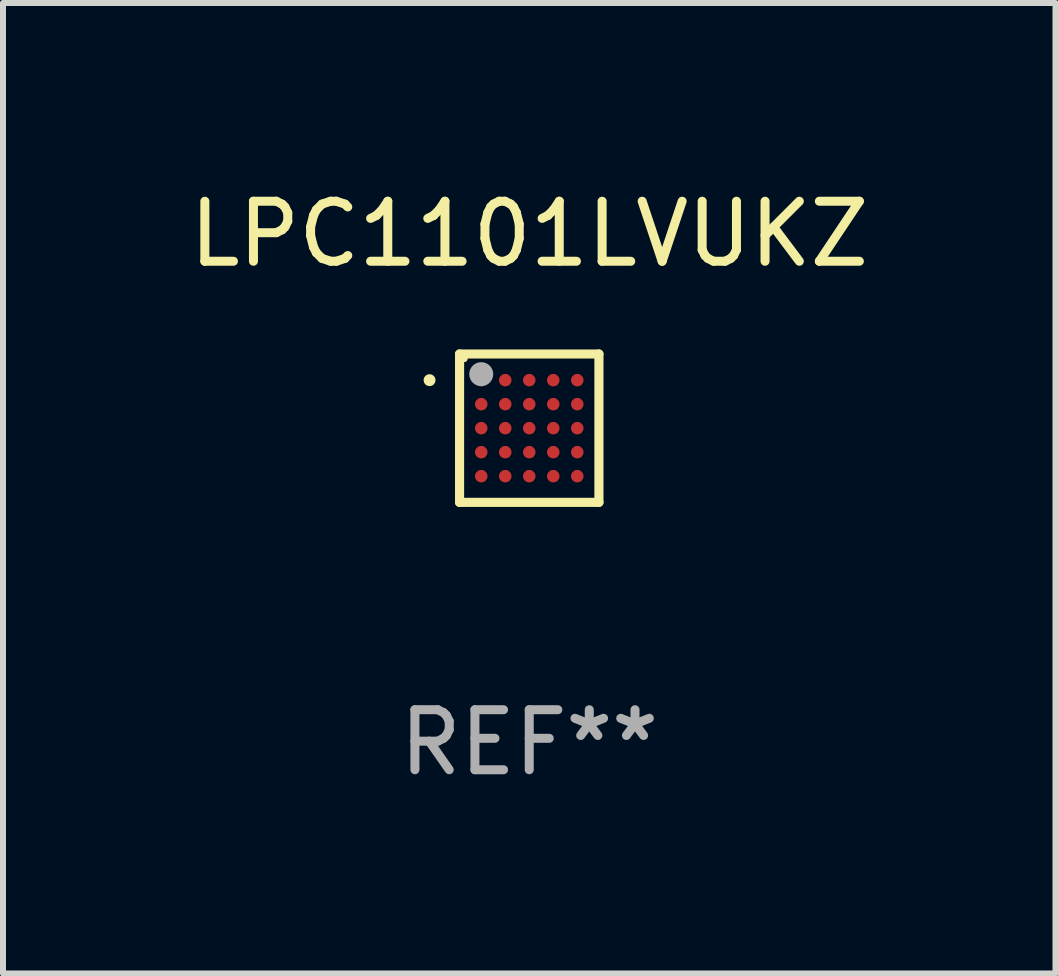
<source format=kicad_pcb>
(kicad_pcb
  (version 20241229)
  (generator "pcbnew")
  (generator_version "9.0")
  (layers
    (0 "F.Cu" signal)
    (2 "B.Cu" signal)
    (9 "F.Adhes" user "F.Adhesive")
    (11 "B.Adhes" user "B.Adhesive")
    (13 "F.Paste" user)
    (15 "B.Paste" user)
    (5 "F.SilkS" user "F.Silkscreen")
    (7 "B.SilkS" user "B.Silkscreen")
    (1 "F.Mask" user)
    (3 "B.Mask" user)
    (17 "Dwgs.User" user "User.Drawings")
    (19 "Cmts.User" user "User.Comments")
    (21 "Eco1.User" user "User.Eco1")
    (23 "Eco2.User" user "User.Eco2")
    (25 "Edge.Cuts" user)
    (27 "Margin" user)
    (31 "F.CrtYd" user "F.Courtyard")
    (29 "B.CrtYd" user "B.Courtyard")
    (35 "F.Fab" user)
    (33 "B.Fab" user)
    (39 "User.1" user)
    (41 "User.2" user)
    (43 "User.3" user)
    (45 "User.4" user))
  (footprint "LPC1101LVUKZ"
    (layer "F.Cu")
    (at 5.768 4.084)
    (property "Reference" "LPC1101LVUKZ" (at 0 -3.236 0) (layer "F.SilkS") (effects (font (size 1 1) (thickness 0.15))))
    (attr through_hole)
    (fp_line (start -1.161 -1.236) (end 1.161 -1.236) (stroke (width 0.152) (type solid)) (layer "F.SilkS"))
    (fp_line (start -1.161 1.236) (end -1.161 -1.236) (stroke (width 0.152) (type solid)) (layer "F.SilkS"))
    (fp_line (start 1.161 -1.236) (end 1.161 1.236) (stroke (width 0.152) (type solid)) (layer "F.SilkS"))
    (fp_line (start 1.161 1.236) (end -1.161 1.236) (stroke (width 0.152) (type solid)) (layer "F.SilkS"))
    (fp_circle (center -1.661 -0.8) (end -1.611 -0.8) (stroke (width 0.1) (type solid)) (fill no) (layer "F.SilkS"))
    (fp_circle (center -1.085 -1.16) (end -1.055 -1.16) (stroke (width 0.06) (type solid)) (fill no) (layer "F.SilkS"))
    (fp_circle (center -0.8 -0.9) (end -0.7 -0.9) (stroke (width 0.2) (type solid)) (fill no) (layer "F.Fab"))
    (fp_text user "REF**" (at 0 5.236 0) (layer "F.Fab") (effects (font (size 1 1) (thickness 0.15))))
    (pad "A1" smd circle (at -0.8 -0.8) (size 0.208 0.208) (layers "F.Cu" "F.Mask" "F.Paste"))
    (pad "A2" smd circle (at -0.4 -0.8) (size 0.208 0.208) (layers "F.Cu" "F.Mask" "F.Paste"))
    (pad "A3" smd circle (at 0 -0.8) (size 0.208 0.208) (layers "F.Cu" "F.Mask" "F.Paste"))
    (pad "A4" smd circle (at 0.4 -0.8) (size 0.208 0.208) (layers "F.Cu" "F.Mask" "F.Paste"))
    (pad "A5" smd circle (at 0.8 -0.8) (size 0.208 0.208) (layers "F.Cu" "F.Mask" "F.Paste"))
    (pad "B1" smd circle (at -0.8 -0.4) (size 0.208 0.208) (layers "F.Cu" "F.Mask" "F.Paste"))
    (pad "B2" smd circle (at -0.4 -0.4) (size 0.208 0.208) (layers "F.Cu" "F.Mask" "F.Paste"))
    (pad "B3" smd circle (at 0 -0.4) (size 0.208 0.208) (layers "F.Cu" "F.Mask" "F.Paste"))
    (pad "B4" smd circle (at 0.4 -0.4) (size 0.208 0.208) (layers "F.Cu" "F.Mask" "F.Paste"))
    (pad "B5" smd circle (at 0.8 -0.4) (size 0.208 0.208) (layers "F.Cu" "F.Mask" "F.Paste"))
    (pad "C1" smd circle (at -0.8 0) (size 0.208 0.208) (layers "F.Cu" "F.Mask" "F.Paste"))
    (pad "C2" smd circle (at -0.4 0) (size 0.208 0.208) (layers "F.Cu" "F.Mask" "F.Paste"))
    (pad "C3" smd circle (at 0 0) (size 0.208 0.208) (layers "F.Cu" "F.Mask" "F.Paste"))
    (pad "C4" smd circle (at 0.4 0) (size 0.208 0.208) (layers "F.Cu" "F.Mask" "F.Paste"))
    (pad "C5" smd circle (at 0.8 0) (size 0.208 0.208) (layers "F.Cu" "F.Mask" "F.Paste"))
    (pad "D1" smd circle (at -0.8 0.4) (size 0.208 0.208) (layers "F.Cu" "F.Mask" "F.Paste"))
    (pad "D2" smd circle (at -0.4 0.4) (size 0.208 0.208) (layers "F.Cu" "F.Mask" "F.Paste"))
    (pad "D3" smd circle (at 0 0.4) (size 0.208 0.208) (layers "F.Cu" "F.Mask" "F.Paste"))
    (pad "D4" smd circle (at 0.4 0.4) (size 0.208 0.208) (layers "F.Cu" "F.Mask" "F.Paste"))
    (pad "D5" smd circle (at 0.8 0.4) (size 0.208 0.208) (layers "F.Cu" "F.Mask" "F.Paste"))
    (pad "E1" smd circle (at -0.8 0.8) (size 0.208 0.208) (layers "F.Cu" "F.Mask" "F.Paste"))
    (pad "E2" smd circle (at -0.4 0.8) (size 0.208 0.208) (layers "F.Cu" "F.Mask" "F.Paste"))
    (pad "E3" smd circle (at 0 0.8) (size 0.208 0.208) (layers "F.Cu" "F.Mask" "F.Paste"))
    (pad "E4" smd circle (at 0.4 0.8) (size 0.208 0.208) (layers "F.Cu" "F.Mask" "F.Paste"))
    (pad "E5" smd circle (at 0.8 0.8) (size 0.208 0.208) (layers "F.Cu" "F.Mask" "F.Paste")))
  (gr_rect
    (start -3 -3)
    (end 14.536 13.169)
    (stroke (width 0.1) (type default))
    (fill no)
    (layer "Edge.Cuts")))
</source>
